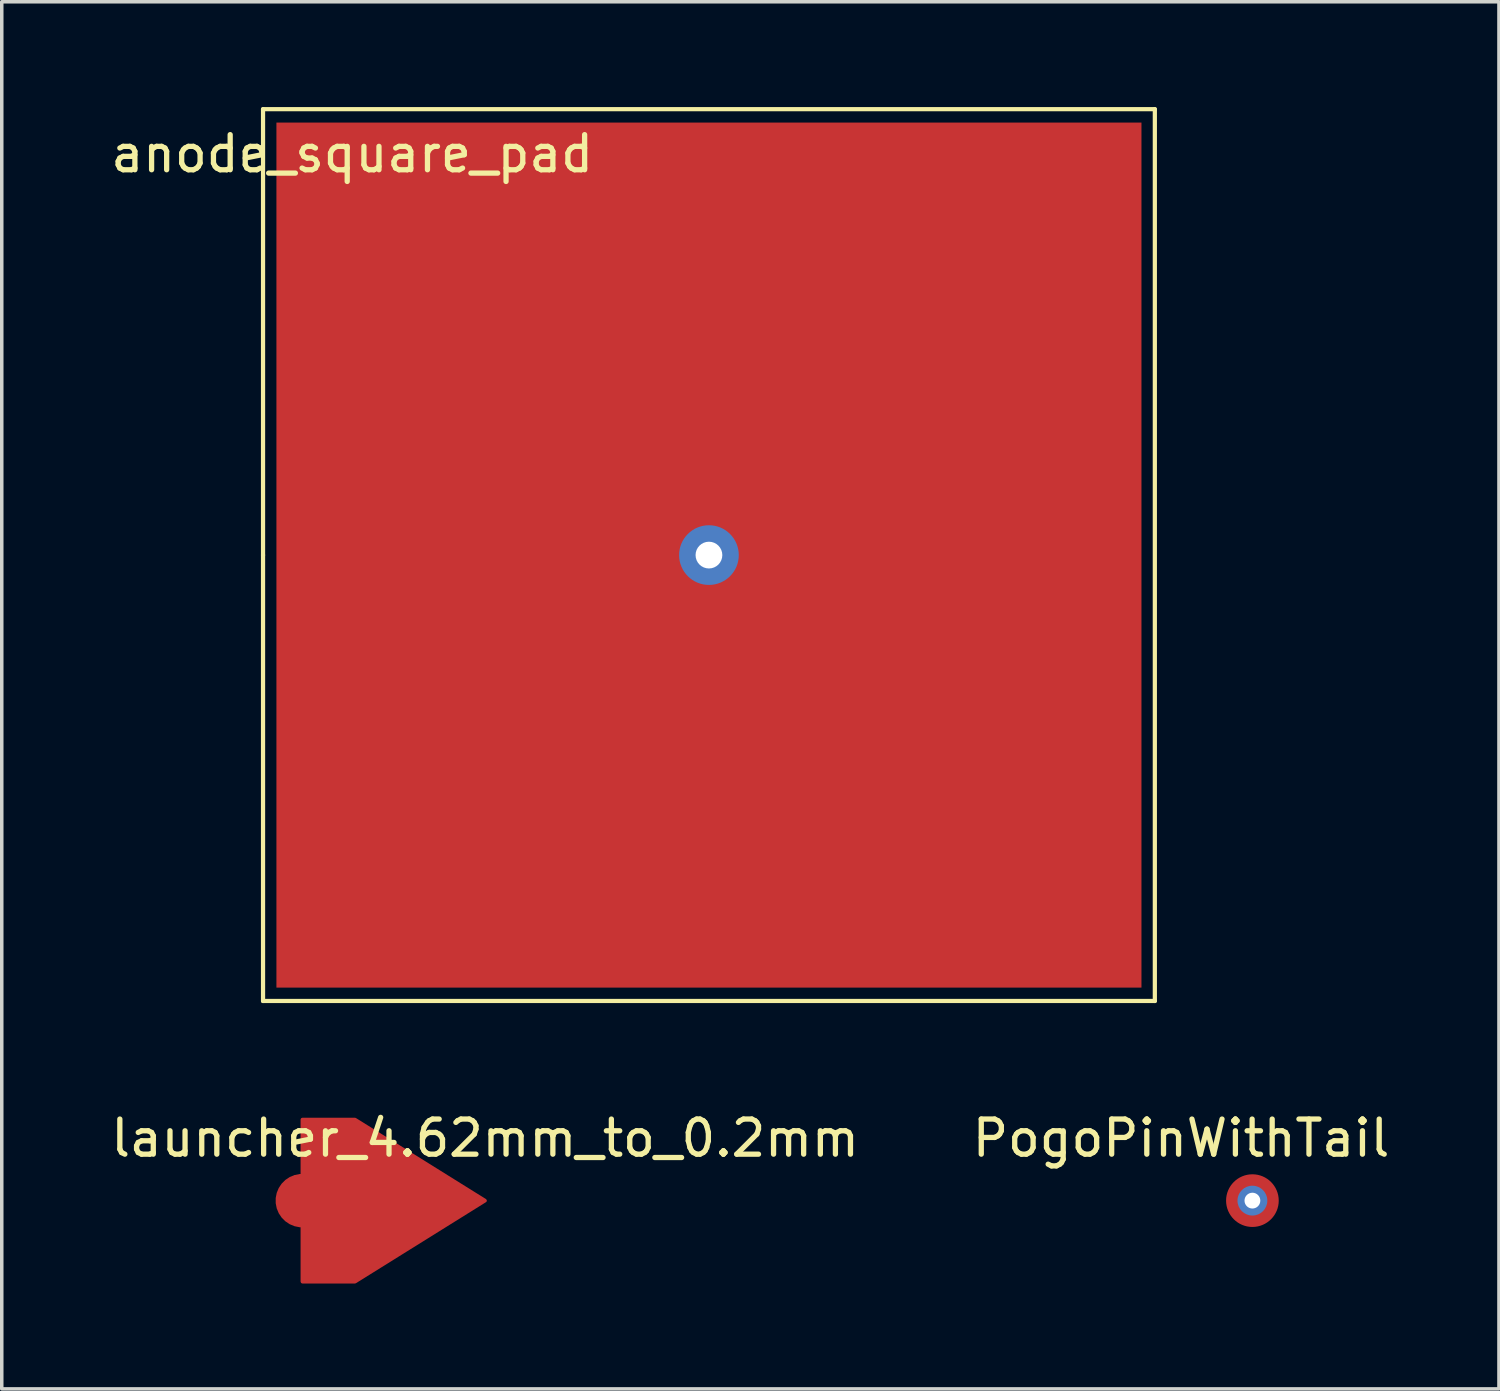
<source format=kicad_pcb>
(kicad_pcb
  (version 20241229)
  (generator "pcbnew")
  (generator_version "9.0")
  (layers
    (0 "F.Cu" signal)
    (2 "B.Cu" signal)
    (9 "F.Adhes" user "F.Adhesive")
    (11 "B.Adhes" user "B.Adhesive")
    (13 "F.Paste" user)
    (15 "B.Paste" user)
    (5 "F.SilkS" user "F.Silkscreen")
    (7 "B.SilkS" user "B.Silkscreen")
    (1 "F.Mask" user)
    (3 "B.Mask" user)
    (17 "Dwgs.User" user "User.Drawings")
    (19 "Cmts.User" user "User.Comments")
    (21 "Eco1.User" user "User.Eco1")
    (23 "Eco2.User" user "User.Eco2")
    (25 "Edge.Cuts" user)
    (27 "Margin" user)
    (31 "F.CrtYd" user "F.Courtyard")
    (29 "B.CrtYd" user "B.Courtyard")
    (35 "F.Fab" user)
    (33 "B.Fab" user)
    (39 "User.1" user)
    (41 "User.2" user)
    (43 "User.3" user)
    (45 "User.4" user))
  (footprint "launcher_4.62mm_to_0.2mm"
    (layer "F.Cu")
    (at 5.561 31.146)
    (property "Reference" "launcher_4.62mm_to_0.2mm" (at 5.207 -1.778 0) (layer "F.SilkS") (effects (font (size 1 1) (thickness 0.15))))
    (attr through_hole)
    (pad "1" smd custom (at 0 0) (size 1.524 1.524) (layers "F.Cu") (options (anchor circle)) (primitives (gr_poly (pts (xy 1.499 -2.311) (xy 5.207 0) (xy 1.499 2.311) (xy 0 2.311) (xy 0 -2.311)) (width 0.1) (fill yes)))))
  (footprint "anode_square_pad"
    (layer "F.Cu")
    (at 17.142 12.76)
    (property "Reference" "anode_square_pad" (at -10.16 -11.43 0) (layer "F.SilkS") (effects (font (size 1 1) (thickness 0.15))))
    (attr through_hole)
    (fp_line (start -12.7 -12.7) (end 12.7 -12.7) (stroke (width 0.12) (type solid)) (layer "F.SilkS"))
    (fp_line (start -12.7 0) (end -12.7 -12.7) (stroke (width 0.12) (type solid)) (layer "F.SilkS"))
    (fp_line (start -12.7 12.7) (end -12.7 0) (stroke (width 0.12) (type solid)) (layer "F.SilkS"))
    (fp_line (start 12.7 -12.7) (end 12.7 12.7) (stroke (width 0.12) (type solid)) (layer "F.SilkS"))
    (fp_line (start 12.7 12.7) (end -12.7 12.7) (stroke (width 0.12) (type solid)) (layer "F.SilkS"))
    (pad "" connect rect (at 0 0) (size 24.638 24.638) (layers "F.Cu"))
    (pad "1" thru_hole circle (at 0 0) (size 1.7 1.7) (drill 0.762) (layers "*.Cu")))
  (footprint "PogoPinWithTail"
    (layer "F.Cu")
    (at 32.621 31.146)
    (property "Reference" "PogoPinWithTail" (at -2.032 -1.778 0) (unlocked yes) (layer "F.SilkS") (effects (font (size 1 1) (thickness 0.15))))
    (pad "1" thru_hole circle (at 0 0) (size 0.85 0.85) (drill 0.45) (layers "*.Cu"))
    (pad "1" smd circle (at 0 0) (size 1.5 1.5) (layers "F.Cu" "F.Mask" "F.Paste")))
  (gr_rect
    (start -3 -3)
    (end 39.643 36.508)
    (stroke (width 0.1) (type default))
    (fill no)
    (layer "Edge.Cuts")))
</source>
